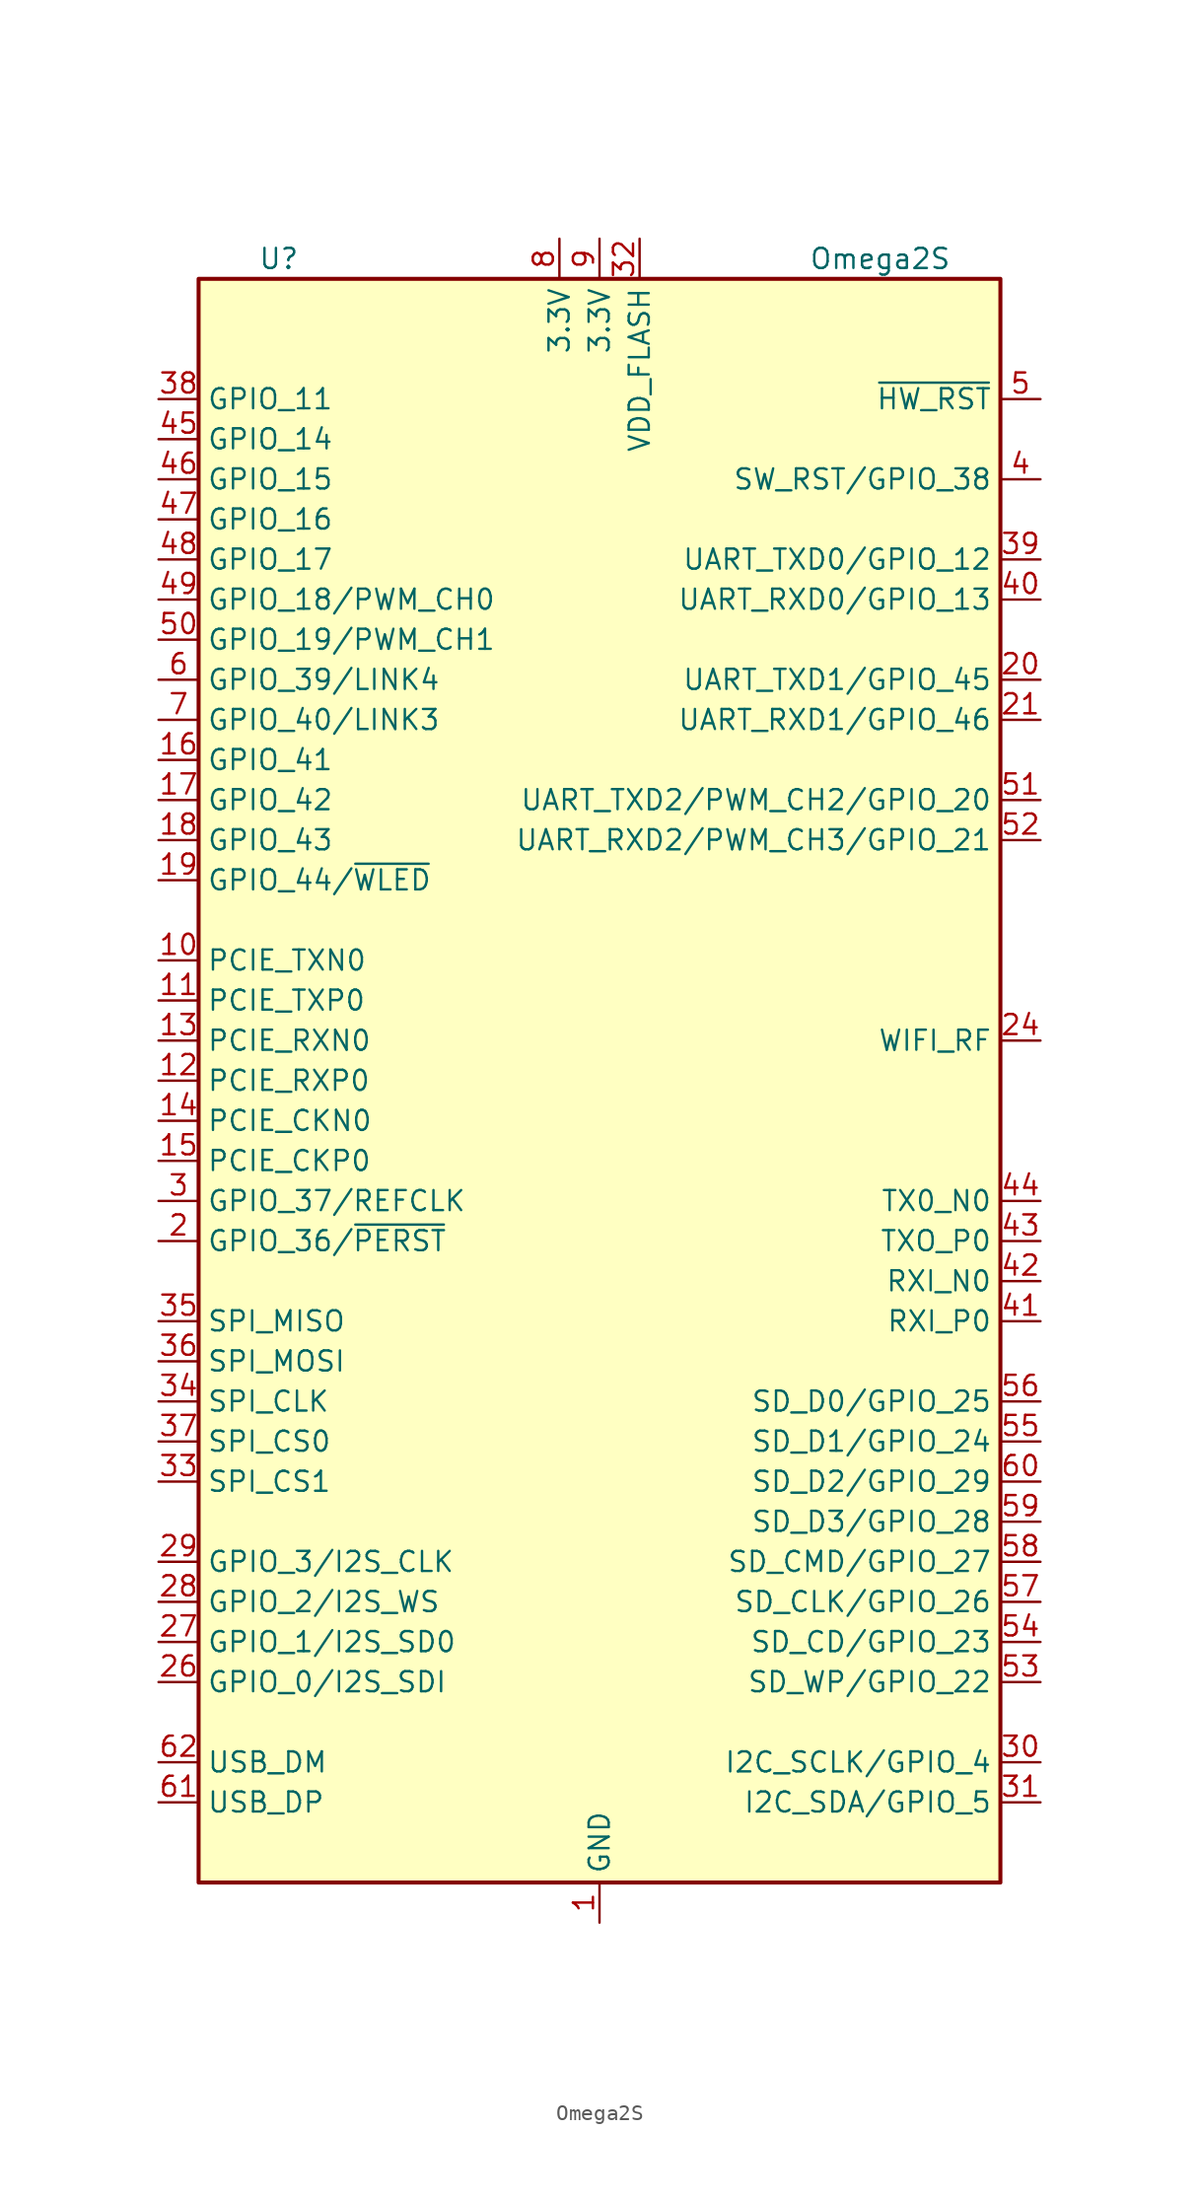
<source format=kicad_sym>
(kicad_symbol_lib
  (version 20220914)
  (generator kicad_symbol_editor)
  (symbol "Omega2S"
    (property "Reference" "U"
      (at -20.32 52.07 0)
      (effects (font (size 1.27 1.27))))
    (property "Value" "Omega2S"
      (at 17.78 52.07 0)
      (effects (font (size 1.27 1.27))))
    (symbol "Omega2S_0_1"
      (rectangle (start -25.4 -50.8) (end 25.4 50.8) (stroke (width 0.254) (type default)) (fill (type background))))
    (symbol "Omega2S_1_1"
      (pin power_in line (at 0 -53.34 90) (length 2.54) (name "GND" (effects (font (size 1.27 1.27)))) (number "1" (effects (font (size 1.27 1.27)))))
      (pin output line (at -27.94 7.62 0) (length 2.54) (name "PCIE_TXN0" (effects (font (size 1.27 1.27)))) (number "10" (effects (font (size 1.27 1.27)))))
      (pin output line (at -27.94 5.08 0) (length 2.54) (name "PCIE_TXP0" (effects (font (size 1.27 1.27)))) (number "11" (effects (font (size 1.27 1.27)))))
      (pin input line (at -27.94 0 0) (length 2.54) (name "PCIE_RXP0" (effects (font (size 1.27 1.27)))) (number "12" (effects (font (size 1.27 1.27)))))
      (pin input line (at -27.94 2.54 0) (length 2.54) (name "PCIE_RXN0" (effects (font (size 1.27 1.27)))) (number "13" (effects (font (size 1.27 1.27)))))
      (pin output line (at -27.94 -2.54 0) (length 2.54) (name "PCIE_CKN0" (effects (font (size 1.27 1.27)))) (number "14" (effects (font (size 1.27 1.27)))))
      (pin output line (at -27.94 -5.08 0) (length 2.54) (name "PCIE_CKP0" (effects (font (size 1.27 1.27)))) (number "15" (effects (font (size 1.27 1.27)))))
      (pin bidirectional line (at -27.94 20.32 0) (length 2.54) (name "GPIO_41" (effects (font (size 1.27 1.27)))) (number "16" (effects (font (size 1.27 1.27)))))
      (pin bidirectional line (at -27.94 17.78 0) (length 2.54) (name "GPIO_42" (effects (font (size 1.27 1.27)))) (number "17" (effects (font (size 1.27 1.27)))))
      (pin bidirectional line (at -27.94 15.24 0) (length 2.54) (name "GPIO_43" (effects (font (size 1.27 1.27)))) (number "18" (effects (font (size 1.27 1.27)))))
      (pin bidirectional line (at -27.94 12.7 0) (length 2.54) (name "GPIO_44/~{WLED}" (effects (font (size 1.27 1.27)))) (number "19" (effects (font (size 1.27 1.27)))))
      (pin bidirectional line (at -27.94 -10.16 0) (length 2.54) (name "GPIO_36/~{PERST}" (effects (font (size 1.27 1.27)))) (number "2" (effects (font (size 1.27 1.27)))))
      (pin bidirectional line (at 27.94 25.4 180) (length 2.54) (name "UART_TXD1/GPIO_45" (effects (font (size 1.27 1.27)))) (number "20" (effects (font (size 1.27 1.27)))))
      (pin bidirectional line (at 27.94 22.86 180) (length 2.54) (name "UART_RXD1/GPIO_46" (effects (font (size 1.27 1.27)))) (number "21" (effects (font (size 1.27 1.27)))))
      (pin passive line (at 0 -53.34 90) (length 2.54) hide (name "GND" (effects (font (size 1.27 1.27)))) (number "22" (effects (font (size 1.27 1.27)))))
      (pin passive line (at 0 -53.34 90) (length 2.54) hide (name "GND" (effects (font (size 1.27 1.27)))) (number "23" (effects (font (size 1.27 1.27)))))
      (pin passive line (at 27.94 2.54 180) (length 2.54) (name "WIFI_RF" (effects (font (size 1.27 1.27)))) (number "24" (effects (font (size 1.27 1.27)))))
      (pin passive line (at 0 -53.34 90) (length 2.54) hide (name "GND" (effects (font (size 1.27 1.27)))) (number "25" (effects (font (size 1.27 1.27)))))
      (pin bidirectional line (at -27.94 -38.1 0) (length 2.54) (name "GPIO_0/I2S_SDI" (effects (font (size 1.27 1.27)))) (number "26" (effects (font (size 1.27 1.27)))))
      (pin bidirectional line (at -27.94 -35.56 0) (length 2.54) (name "GPIO_1/I2S_SD0" (effects (font (size 1.27 1.27)))) (number "27" (effects (font (size 1.27 1.27)))))
      (pin bidirectional line (at -27.94 -33.02 0) (length 2.54) (name "GPIO_2/I2S_WS" (effects (font (size 1.27 1.27)))) (number "28" (effects (font (size 1.27 1.27)))))
      (pin bidirectional line (at -27.94 -30.48 0) (length 2.54) (name "GPIO_3/I2S_CLK" (effects (font (size 1.27 1.27)))) (number "29" (effects (font (size 1.27 1.27)))))
      (pin bidirectional line (at -27.94 -7.62 0) (length 2.54) (name "GPIO_37/REFCLK" (effects (font (size 1.27 1.27)))) (number "3" (effects (font (size 1.27 1.27)))))
      (pin bidirectional line (at 27.94 -43.18 180) (length 2.54) (name "I2C_SCLK/GPIO_4" (effects (font (size 1.27 1.27)))) (number "30" (effects (font (size 1.27 1.27)))))
      (pin bidirectional line (at 27.94 -45.72 180) (length 2.54) (name "I2C_SDA/GPIO_5" (effects (font (size 1.27 1.27)))) (number "31" (effects (font (size 1.27 1.27)))))
      (pin power_in line (at 2.54 53.34 270) (length 2.54) (name "VDD_FLASH" (effects (font (size 1.27 1.27)))) (number "32" (effects (font (size 1.27 1.27)))))
      (pin output line (at -27.94 -25.4 0) (length 2.54) (name "SPI_CS1" (effects (font (size 1.27 1.27)))) (number "33" (effects (font (size 1.27 1.27)))))
      (pin output line (at -27.94 -20.32 0) (length 2.54) (name "SPI_CLK" (effects (font (size 1.27 1.27)))) (number "34" (effects (font (size 1.27 1.27)))))
      (pin input line (at -27.94 -15.24 0) (length 2.54) (name "SPI_MISO" (effects (font (size 1.27 1.27)))) (number "35" (effects (font (size 1.27 1.27)))))
      (pin output line (at -27.94 -17.78 0) (length 2.54) (name "SPI_MOSI" (effects (font (size 1.27 1.27)))) (number "36" (effects (font (size 1.27 1.27)))))
      (pin output line (at -27.94 -22.86 0) (length 2.54) (name "SPI_CS0" (effects (font (size 1.27 1.27)))) (number "37" (effects (font (size 1.27 1.27)))))
      (pin bidirectional line (at -27.94 43.18 0) (length 2.54) (name "GPIO_11" (effects (font (size 1.27 1.27)))) (number "38" (effects (font (size 1.27 1.27)))))
      (pin bidirectional line (at 27.94 33.02 180) (length 2.54) (name "UART_TXD0/GPIO_12" (effects (font (size 1.27 1.27)))) (number "39" (effects (font (size 1.27 1.27)))))
      (pin bidirectional line (at 27.94 38.1 180) (length 2.54) (name "SW_RST/GPIO_38" (effects (font (size 1.27 1.27)))) (number "4" (effects (font (size 1.27 1.27)))))
      (pin bidirectional line (at 27.94 30.48 180) (length 2.54) (name "UART_RXD0/GPIO_13" (effects (font (size 1.27 1.27)))) (number "40" (effects (font (size 1.27 1.27)))))
      (pin input line (at 27.94 -15.24 180) (length 2.54) (name "RXI_P0" (effects (font (size 1.27 1.27)))) (number "41" (effects (font (size 1.27 1.27)))))
      (pin input line (at 27.94 -12.7 180) (length 2.54) (name "RXI_N0" (effects (font (size 1.27 1.27)))) (number "42" (effects (font (size 1.27 1.27)))))
      (pin output line (at 27.94 -10.16 180) (length 2.54) (name "TXO_P0" (effects (font (size 1.27 1.27)))) (number "43" (effects (font (size 1.27 1.27)))))
      (pin output line (at 27.94 -7.62 180) (length 2.54) (name "TX0_N0" (effects (font (size 1.27 1.27)))) (number "44" (effects (font (size 1.27 1.27)))))
      (pin bidirectional line (at -27.94 40.64 0) (length 2.54) (name "GPIO_14" (effects (font (size 1.27 1.27)))) (number "45" (effects (font (size 1.27 1.27)))))
      (pin bidirectional line (at -27.94 38.1 0) (length 2.54) (name "GPIO_15" (effects (font (size 1.27 1.27)))) (number "46" (effects (font (size 1.27 1.27)))))
      (pin bidirectional line (at -27.94 35.56 0) (length 2.54) (name "GPIO_16" (effects (font (size 1.27 1.27)))) (number "47" (effects (font (size 1.27 1.27)))))
      (pin bidirectional line (at -27.94 33.02 0) (length 2.54) (name "GPIO_17" (effects (font (size 1.27 1.27)))) (number "48" (effects (font (size 1.27 1.27)))))
      (pin bidirectional line (at -27.94 30.48 0) (length 2.54) (name "GPIO_18/PWM_CH0" (effects (font (size 1.27 1.27)))) (number "49" (effects (font (size 1.27 1.27)))))
      (pin input line (at 27.94 43.18 180) (length 2.54) (name "~{HW_RST}" (effects (font (size 1.27 1.27)))) (number "5" (effects (font (size 1.27 1.27)))))
      (pin bidirectional line (at -27.94 27.94 0) (length 2.54) (name "GPIO_19/PWM_CH1" (effects (font (size 1.27 1.27)))) (number "50" (effects (font (size 1.27 1.27)))))
      (pin bidirectional line (at 27.94 17.78 180) (length 2.54) (name "UART_TXD2/PWM_CH2/GPIO_20" (effects (font (size 1.27 1.27)))) (number "51" (effects (font (size 1.27 1.27)))))
      (pin bidirectional line (at 27.94 15.24 180) (length 2.54) (name "UART_RXD2/PWM_CH3/GPIO_21" (effects (font (size 1.27 1.27)))) (number "52" (effects (font (size 1.27 1.27)))))
      (pin bidirectional line (at 27.94 -38.1 180) (length 2.54) (name "SD_WP/GPIO_22" (effects (font (size 1.27 1.27)))) (number "53" (effects (font (size 1.27 1.27)))))
      (pin bidirectional line (at 27.94 -35.56 180) (length 2.54) (name "SD_CD/GPIO_23" (effects (font (size 1.27 1.27)))) (number "54" (effects (font (size 1.27 1.27)))))
      (pin bidirectional line (at 27.94 -22.86 180) (length 2.54) (name "SD_D1/GPIO_24" (effects (font (size 1.27 1.27)))) (number "55" (effects (font (size 1.27 1.27)))))
      (pin bidirectional line (at 27.94 -20.32 180) (length 2.54) (name "SD_D0/GPIO_25" (effects (font (size 1.27 1.27)))) (number "56" (effects (font (size 1.27 1.27)))))
      (pin bidirectional line (at 27.94 -33.02 180) (length 2.54) (name "SD_CLK/GPIO_26" (effects (font (size 1.27 1.27)))) (number "57" (effects (font (size 1.27 1.27)))))
      (pin bidirectional line (at 27.94 -30.48 180) (length 2.54) (name "SD_CMD/GPIO_27" (effects (font (size 1.27 1.27)))) (number "58" (effects (font (size 1.27 1.27)))))
      (pin bidirectional line (at 27.94 -27.94 180) (length 2.54) (name "SD_D3/GPIO_28" (effects (font (size 1.27 1.27)))) (number "59" (effects (font (size 1.27 1.27)))))
      (pin bidirectional line (at -27.94 25.4 0) (length 2.54) (name "GPIO_39/LINK4" (effects (font (size 1.27 1.27)))) (number "6" (effects (font (size 1.27 1.27)))))
      (pin bidirectional line (at 27.94 -25.4 180) (length 2.54) (name "SD_D2/GPIO_29" (effects (font (size 1.27 1.27)))) (number "60" (effects (font (size 1.27 1.27)))))
      (pin bidirectional line (at -27.94 -45.72 0) (length 2.54) (name "USB_DP" (effects (font (size 1.27 1.27)))) (number "61" (effects (font (size 1.27 1.27)))))
      (pin bidirectional line (at -27.94 -43.18 0) (length 2.54) (name "USB_DM" (effects (font (size 1.27 1.27)))) (number "62" (effects (font (size 1.27 1.27)))))
      (pin passive line (at 0 -53.34 90) (length 2.54) hide (name "GND" (effects (font (size 1.27 1.27)))) (number "63" (effects (font (size 1.27 1.27)))))
      (pin passive line (at 0 -53.34 90) (length 2.54) hide (name "GND" (effects (font (size 1.27 1.27)))) (number "64" (effects (font (size 1.27 1.27)))))
      (pin bidirectional line (at -27.94 22.86 0) (length 2.54) (name "GPIO_40/LINK3" (effects (font (size 1.27 1.27)))) (number "7" (effects (font (size 1.27 1.27)))))
      (pin power_in line (at -2.54 53.34 270) (length 2.54) (name "3.3V" (effects (font (size 1.27 1.27)))) (number "8" (effects (font (size 1.27 1.27)))))
      (pin power_in line (at 0 53.34 270) (length 2.54) (name "3.3V" (effects (font (size 1.27 1.27)))) (number "9" (effects (font (size 1.27 1.27))))))))
</source>
